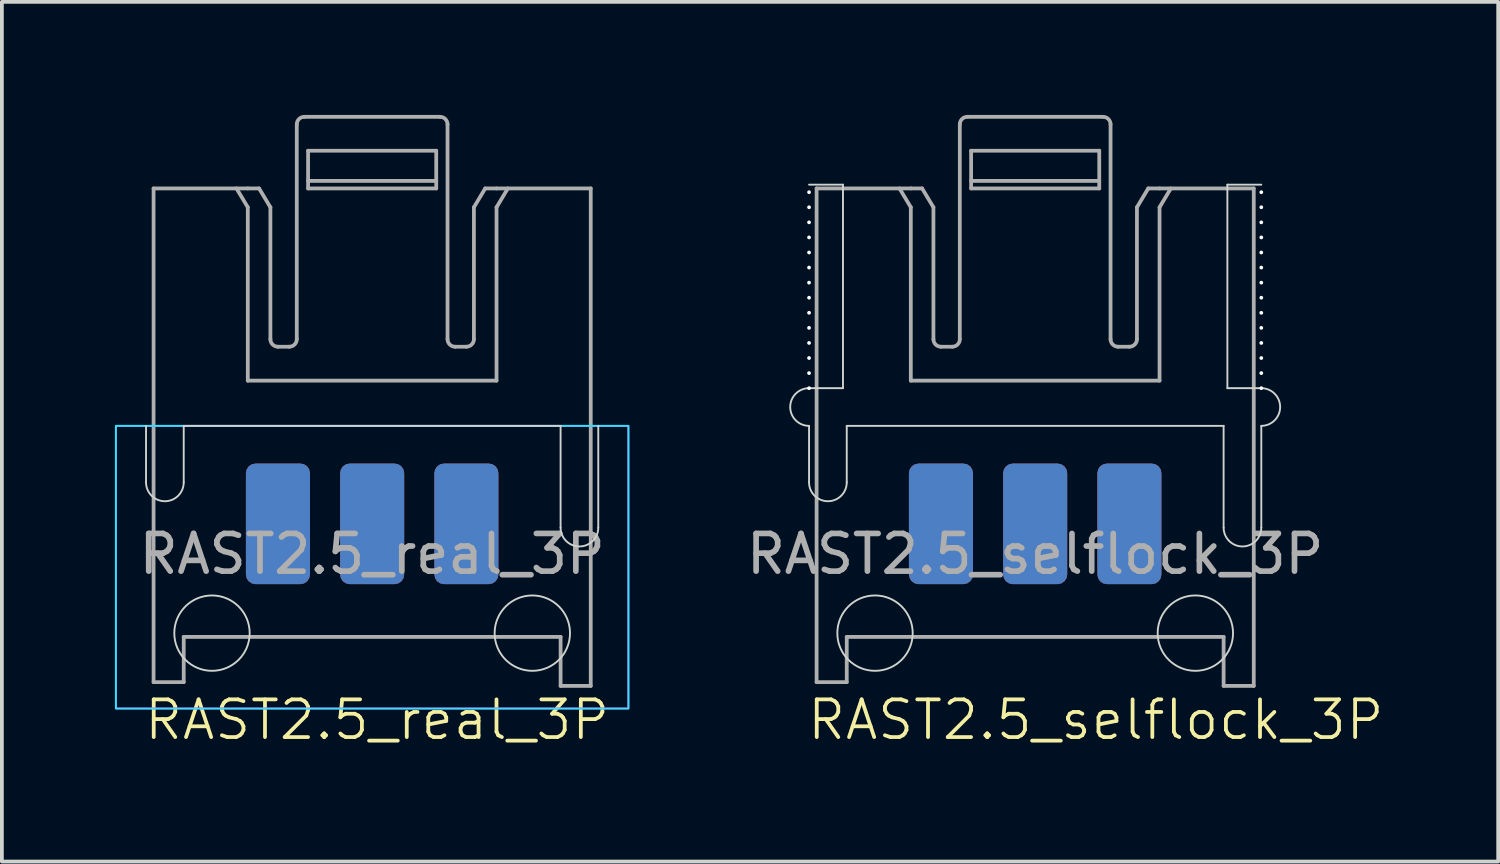
<source format=kicad_pcb>
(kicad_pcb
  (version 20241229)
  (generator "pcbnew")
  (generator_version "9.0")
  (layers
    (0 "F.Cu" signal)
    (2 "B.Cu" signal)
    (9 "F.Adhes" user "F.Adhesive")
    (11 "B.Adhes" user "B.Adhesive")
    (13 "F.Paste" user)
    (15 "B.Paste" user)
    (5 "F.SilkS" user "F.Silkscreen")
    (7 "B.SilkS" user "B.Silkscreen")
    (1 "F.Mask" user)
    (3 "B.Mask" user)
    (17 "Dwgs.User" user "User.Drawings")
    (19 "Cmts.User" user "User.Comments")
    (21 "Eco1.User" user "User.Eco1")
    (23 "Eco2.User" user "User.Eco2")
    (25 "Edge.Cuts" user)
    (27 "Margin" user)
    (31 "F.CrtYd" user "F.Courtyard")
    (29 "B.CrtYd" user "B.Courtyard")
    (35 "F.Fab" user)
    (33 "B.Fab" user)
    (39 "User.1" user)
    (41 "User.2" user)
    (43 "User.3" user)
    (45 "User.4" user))
  (footprint "RAST2.5_selflock_3P"
    (layer "F.Cu")
    (at 24.418 8.25)
    (property "Reference" "RAST2.5_selflock_3P" (at -6.1 7.8 0) (unlocked yes) (layer "F.SilkS") (effects (font (size 1 1) (thickness 0.1)) (justify left)))
    (attr smd)
    (fp_line (start -6 -1) (end -5.1 -1) (stroke (width 0.05) (type default)) (layer "Edge.Cuts"))
    (fp_line (start -6 1.5) (end -6 0) (stroke (width 0.05) (type default)) (layer "Edge.Cuts"))
    (fp_line (start -5.1 -6.4) (end -6 -6.4) (stroke (width 0.05) (type default)) (layer "Edge.Cuts"))
    (fp_line (start -5.1 -1) (end -5.1 -6.4) (stroke (width 0.05) (type default)) (layer "Edge.Cuts"))
    (fp_line (start -5 0) (end -5 1.5) (stroke (width 0.05) (type default)) (layer "Edge.Cuts"))
    (fp_line (start -5 0) (end 5 0) (stroke (width 0.05) (type default)) (layer "Edge.Cuts"))
    (fp_line (start 5 0) (end 5 2.7) (stroke (width 0.05) (type default)) (layer "Edge.Cuts"))
    (fp_line (start 5.1 -6.4) (end 6 -6.4) (stroke (width 0.05) (type default)) (layer "Edge.Cuts"))
    (fp_line (start 5.1 -1) (end 5.1 -6.4) (stroke (width 0.05) (type default)) (layer "Edge.Cuts"))
    (fp_line (start 6 -1) (end 5.1 -1) (stroke (width 0.05) (type default)) (layer "Edge.Cuts"))
    (fp_line (start 6 2.7) (end 6 0) (stroke (width 0.05) (type default)) (layer "Edge.Cuts"))
    (fp_arc (start -6 0) (mid -6.5 -0.5) (end -6 -1) (stroke (width 0.05) (type default)) (layer "Edge.Cuts"))
    (fp_arc (start -5 1.5) (mid -5.5 2) (end -6 1.5) (stroke (width 0.05) (type default)) (layer "Edge.Cuts"))
    (fp_arc (start 6 -1) (mid 6.5 -0.5) (end 6 0) (stroke (width 0.05) (type default)) (layer "Edge.Cuts"))
    (fp_arc (start 6 2.7) (mid 5.5 3.2) (end 5 2.7) (stroke (width 0.05) (type default)) (layer "Edge.Cuts"))
    (fp_circle (center -4.25 5.5) (end -4.25 4.5) (stroke (width 0.05) (type default)) (fill no) (layer "Edge.Cuts"))
    (fp_circle (center 4.25 5.5) (end 4.25 4.5) (stroke (width 0.05) (type default)) (fill no) (layer "Edge.Cuts"))
    (fp_line (start -5.8 -6.3) (end -3.3 -6.3) (stroke (width 0.1) (type default)) (layer "F.Fab"))
    (fp_line (start -5.8 6.8) (end -5.8 -6.3) (stroke (width 0.1) (type default)) (layer "F.Fab"))
    (fp_line (start -5.8 6.8) (end -5 6.8) (stroke (width 0.1) (type default)) (layer "F.Fab"))
    (fp_line (start -5 5.6) (end 5 5.6) (stroke (width 0.1) (type default)) (layer "F.Fab"))
    (fp_line (start -5 6.8) (end -5 5.6) (stroke (width 0.1) (type default)) (layer "F.Fab"))
    (fp_line (start -3.6 -6.3) (end -3.3 -5.8) (stroke (width 0.1) (type default)) (layer "F.Fab"))
    (fp_line (start -3.3 -6.3) (end -3 -6.3) (stroke (width 0.1) (type default)) (layer "F.Fab"))
    (fp_line (start -3.3 -5.8) (end -3.3 -1.2) (stroke (width 0.1) (type default)) (layer "F.Fab"))
    (fp_line (start -3.3 -1.2) (end 3.3 -1.2) (stroke (width 0.1) (type default)) (layer "F.Fab"))
    (fp_line (start -3 -6.3) (end -2.7 -5.8) (stroke (width 0.1) (type default)) (layer "F.Fab"))
    (fp_line (start -2.7 -5.8) (end -2.7 -2.3) (stroke (width 0.1) (type default)) (layer "F.Fab"))
    (fp_line (start -2.5 -2.1) (end -2.2 -2.1) (stroke (width 0.1) (type default)) (layer "F.Fab"))
    (fp_line (start -2 -2.3) (end -2 -8) (stroke (width 0.1) (type default)) (layer "F.Fab"))
    (fp_line (start -1.8 -8.2) (end 1.8 -8.2) (stroke (width 0.1) (type default)) (layer "F.Fab"))
    (fp_line (start -1.7 -7.3) (end -1.7 -6.3) (stroke (width 0.1) (type default)) (layer "F.Fab"))
    (fp_line (start -1.7 -6.5) (end 1.7 -6.5) (stroke (width 0.1) (type default)) (layer "F.Fab"))
    (fp_line (start -1.7 -6.3) (end 1.7 -6.3) (stroke (width 0.1) (type default)) (layer "F.Fab"))
    (fp_line (start 1.7 -7.3) (end -1.7 -7.3) (stroke (width 0.1) (type default)) (layer "F.Fab"))
    (fp_line (start 1.7 -6.3) (end 1.7 -7.3) (stroke (width 0.1) (type default)) (layer "F.Fab"))
    (fp_line (start 2 -8) (end 2 -2.3) (stroke (width 0.1) (type default)) (layer "F.Fab"))
    (fp_line (start 2.5 -2.1) (end 2.2 -2.1) (stroke (width 0.1) (type default)) (layer "F.Fab"))
    (fp_line (start 2.7 -5.8) (end 2.7 -2.3) (stroke (width 0.1) (type default)) (layer "F.Fab"))
    (fp_line (start 3 -6.3) (end 2.7 -5.8) (stroke (width 0.1) (type default)) (layer "F.Fab"))
    (fp_line (start 3.3 -6.3) (end 3 -6.3) (stroke (width 0.1) (type default)) (layer "F.Fab"))
    (fp_line (start 3.3 -5.8) (end 3.3 -1.2) (stroke (width 0.1) (type default)) (layer "F.Fab"))
    (fp_line (start 3.6 -6.3) (end 3.3 -5.8) (stroke (width 0.1) (type default)) (layer "F.Fab"))
    (fp_line (start 5 5.6) (end 5 6.9) (stroke (width 0.1) (type default)) (layer "F.Fab"))
    (fp_line (start 5 6.9) (end 5.8 6.9) (stroke (width 0.1) (type default)) (layer "F.Fab"))
    (fp_line (start 5.8 -6.3) (end 3.3 -6.3) (stroke (width 0.1) (type default)) (layer "F.Fab"))
    (fp_line (start 5.8 6.9) (end 5.8 -6.3) (stroke (width 0.1) (type default)) (layer "F.Fab"))
    (fp_arc (start -2.5 -2.1) (mid -2.641421 -2.158579) (end -2.7 -2.3) (stroke (width 0.1) (type default)) (layer "F.Fab"))
    (fp_arc (start -2 -8) (mid -1.941421 -8.141421) (end -1.8 -8.2) (stroke (width 0.1) (type default)) (layer "F.Fab"))
    (fp_arc (start -2 -2.3) (mid -2.058579 -2.158579) (end -2.2 -2.1) (stroke (width 0.1) (type default)) (layer "F.Fab"))
    (fp_arc (start 1.8 -8.2) (mid 1.941421 -8.141421) (end 2 -8) (stroke (width 0.1) (type default)) (layer "F.Fab"))
    (fp_arc (start 2.2 -2.1) (mid 2.058579 -2.158579) (end 2 -2.3) (stroke (width 0.1) (type default)) (layer "F.Fab"))
    (fp_arc (start 2.7 -2.3) (mid 2.641421 -2.158579) (end 2.5 -2.1) (stroke (width 0.1) (type default)) (layer "F.Fab"))
    (fp_text user "${REFERENCE}" (at 0 3.4 0) (unlocked yes) (layer "F.Fab") (effects (font (size 1 1) (thickness 0.15))))
    (pad "" np_thru_hole circle (at -6 -6.2 90) (size 0.1 0.1) (drill 0.3) (layers "*.Cu" "*.Mask"))
    (pad "" np_thru_hole circle (at -6 -5.8 90) (size 0.1 0.1) (drill 0.3) (layers "*.Cu" "*.Mask"))
    (pad "" np_thru_hole circle (at -6 -5.4 90) (size 0.1 0.1) (drill 0.3) (layers "*.Cu" "*.Mask"))
    (pad "" np_thru_hole circle (at -6 -5 90) (size 0.1 0.1) (drill 0.3) (layers "*.Cu" "*.Mask"))
    (pad "" np_thru_hole circle (at -6 -4.6 90) (size 0.1 0.1) (drill 0.3) (layers "*.Cu" "*.Mask"))
    (pad "" np_thru_hole circle (at -6 -4.2 90) (size 0.1 0.1) (drill 0.3) (layers "*.Cu" "*.Mask"))
    (pad "" np_thru_hole circle (at -6 -3.8 90) (size 0.1 0.1) (drill 0.3) (layers "*.Cu" "*.Mask"))
    (pad "" np_thru_hole circle (at -6 -3.4 90) (size 0.1 0.1) (drill 0.3) (layers "*.Cu" "*.Mask"))
    (pad "" np_thru_hole circle (at -6 -3 90) (size 0.1 0.1) (drill 0.3) (layers "*.Cu" "*.Mask"))
    (pad "" np_thru_hole circle (at -6 -2.6 90) (size 0.1 0.1) (drill 0.3) (layers "*.Cu" "*.Mask"))
    (pad "" np_thru_hole circle (at -6 -2.2 90) (size 0.1 0.1) (drill 0.3) (layers "*.Cu" "*.Mask"))
    (pad "" np_thru_hole circle (at -6 -1.8 90) (size 0.1 0.1) (drill 0.3) (layers "*.Cu" "*.Mask"))
    (pad "" np_thru_hole circle (at -6 -1.4 90) (size 0.1 0.1) (drill 0.3) (layers "*.Cu" "*.Mask"))
    (pad "" np_thru_hole circle (at -6 -1 90) (size 0.1 0.1) (drill 0.3) (layers "*.Cu" "*.Mask"))
    (pad "" np_thru_hole circle (at 6 -6.2 270) (size 0.1 0.1) (drill 0.3) (layers "*.Cu" "*.Mask"))
    (pad "" np_thru_hole circle (at 6 -5.8 270) (size 0.1 0.1) (drill 0.3) (layers "*.Cu" "*.Mask"))
    (pad "" np_thru_hole circle (at 6 -5.4 270) (size 0.1 0.1) (drill 0.3) (layers "*.Cu" "*.Mask"))
    (pad "" np_thru_hole circle (at 6 -5 270) (size 0.1 0.1) (drill 0.3) (layers "*.Cu" "*.Mask"))
    (pad "" np_thru_hole circle (at 6 -4.6 270) (size 0.1 0.1) (drill 0.3) (layers "*.Cu" "*.Mask"))
    (pad "" np_thru_hole circle (at 6 -4.2 270) (size 0.1 0.1) (drill 0.3) (layers "*.Cu" "*.Mask"))
    (pad "" np_thru_hole circle (at 6 -3.8 270) (size 0.1 0.1) (drill 0.3) (layers "*.Cu" "*.Mask"))
    (pad "" np_thru_hole circle (at 6 -3.4 270) (size 0.1 0.1) (drill 0.3) (layers "*.Cu" "*.Mask"))
    (pad "" np_thru_hole circle (at 6 -3 270) (size 0.1 0.1) (drill 0.3) (layers "*.Cu" "*.Mask"))
    (pad "" np_thru_hole circle (at 6 -2.6 270) (size 0.1 0.1) (drill 0.3) (layers "*.Cu" "*.Mask"))
    (pad "" np_thru_hole circle (at 6 -2.2 270) (size 0.1 0.1) (drill 0.3) (layers "*.Cu" "*.Mask"))
    (pad "" np_thru_hole circle (at 6 -1.8 270) (size 0.1 0.1) (drill 0.3) (layers "*.Cu" "*.Mask"))
    (pad "" np_thru_hole circle (at 6 -1.4 270) (size 0.1 0.1) (drill 0.3) (layers "*.Cu" "*.Mask"))
    (pad "" np_thru_hole circle (at 6 -1 270) (size 0.1 0.1) (drill 0.3) (layers "*.Cu" "*.Mask"))
    (pad "1" smd roundrect (at 2.5 2.6) (size 1.7 3.2) (layers "F.Cu" "F.Mask" "F.Paste") (roundrect_rratio 0.15))
    (pad "1" smd roundrect (at 2.5 2.6) (size 1.7 3.2) (layers "B.Cu" "B.Mask" "B.Paste") (roundrect_rratio 0.15))
    (pad "2" smd roundrect (at 0 2.6) (size 1.7 3.2) (layers "F.Cu" "F.Mask" "F.Paste") (roundrect_rratio 0.15))
    (pad "2" smd roundrect (at 0 2.6) (size 1.7 3.2) (layers "B.Cu" "B.Mask" "B.Paste") (roundrect_rratio 0.15))
    (pad "3" smd roundrect (at -2.5 2.6) (size 1.7 3.2) (layers "F.Cu" "F.Mask" "F.Paste") (roundrect_rratio 0.15))
    (pad "3" smd roundrect (at -2.5 2.6) (size 1.7 3.2) (layers "B.Cu" "B.Mask" "B.Paste") (roundrect_rratio 0.15)))
  (footprint "RAST2.5_real_3P"
    (layer "F.Cu")
    (at 6.825 8.25)
    (property "Reference" "RAST2.5_real_3P" (at -6.1 7.8 0) (unlocked yes) (layer "F.SilkS") (effects (font (size 1 1) (thickness 0.1)) (justify left)))
    (attr smd)
    (fp_line (start -6 1.5) (end -6 0) (stroke (width 0.05) (type default)) (layer "Edge.Cuts"))
    (fp_line (start -5 0) (end -5 1.5) (stroke (width 0.05) (type default)) (layer "Edge.Cuts"))
    (fp_line (start -5 0) (end 5 0) (stroke (width 0.05) (type default)) (layer "Edge.Cuts"))
    (fp_line (start 5 0) (end 5 2.7) (stroke (width 0.05) (type default)) (layer "Edge.Cuts"))
    (fp_line (start 6 2.7) (end 6 0) (stroke (width 0.05) (type default)) (layer "Edge.Cuts"))
    (fp_arc (start -5 1.5) (mid -5.5 2) (end -6 1.5) (stroke (width 0.05) (type default)) (layer "Edge.Cuts"))
    (fp_arc (start 6 2.7) (mid 5.5 3.2) (end 5 2.7) (stroke (width 0.05) (type default)) (layer "Edge.Cuts"))
    (fp_circle (center -4.25 5.5) (end -4.25 4.5) (stroke (width 0.05) (type default)) (fill no) (layer "Edge.Cuts"))
    (fp_circle (center 4.25 5.5) (end 4.25 4.5) (stroke (width 0.05) (type default)) (fill no) (layer "Edge.Cuts"))
    (fp_rect (start -6.8 0) (end 6.8 7.5) (stroke (width 0.05) (type default)) (fill no) (layer "B.CrtYd"))
    (fp_rect (start -6.8 0) (end 6.8 7.5) (stroke (width 0.05) (type default)) (fill no) (layer "F.CrtYd"))
    (fp_line (start -5.8 -6.3) (end -3.3 -6.3) (stroke (width 0.1) (type default)) (layer "F.Fab"))
    (fp_line (start -5.8 6.8) (end -5.8 -6.3) (stroke (width 0.1) (type default)) (layer "F.Fab"))
    (fp_line (start -5.8 6.8) (end -5 6.8) (stroke (width 0.1) (type default)) (layer "F.Fab"))
    (fp_line (start -5 5.6) (end 5 5.6) (stroke (width 0.1) (type default)) (layer "F.Fab"))
    (fp_line (start -5 6.8) (end -5 5.6) (stroke (width 0.1) (type default)) (layer "F.Fab"))
    (fp_line (start -3.6 -6.3) (end -3.3 -5.8) (stroke (width 0.1) (type default)) (layer "F.Fab"))
    (fp_line (start -3.3 -6.3) (end -3 -6.3) (stroke (width 0.1) (type default)) (layer "F.Fab"))
    (fp_line (start -3.3 -5.8) (end -3.3 -1.2) (stroke (width 0.1) (type default)) (layer "F.Fab"))
    (fp_line (start -3.3 -1.2) (end 3.3 -1.2) (stroke (width 0.1) (type default)) (layer "F.Fab"))
    (fp_line (start -3 -6.3) (end -2.7 -5.8) (stroke (width 0.1) (type default)) (layer "F.Fab"))
    (fp_line (start -2.7 -5.8) (end -2.7 -2.3) (stroke (width 0.1) (type default)) (layer "F.Fab"))
    (fp_line (start -2.5 -2.1) (end -2.2 -2.1) (stroke (width 0.1) (type default)) (layer "F.Fab"))
    (fp_line (start -2 -2.3) (end -2 -8) (stroke (width 0.1) (type default)) (layer "F.Fab"))
    (fp_line (start -1.8 -8.2) (end 1.8 -8.2) (stroke (width 0.1) (type default)) (layer "F.Fab"))
    (fp_line (start -1.7 -7.3) (end -1.7 -6.3) (stroke (width 0.1) (type default)) (layer "F.Fab"))
    (fp_line (start -1.7 -6.5) (end 1.7 -6.5) (stroke (width 0.1) (type default)) (layer "F.Fab"))
    (fp_line (start -1.7 -6.3) (end 1.7 -6.3) (stroke (width 0.1) (type default)) (layer "F.Fab"))
    (fp_line (start 1.7 -7.3) (end -1.7 -7.3) (stroke (width 0.1) (type default)) (layer "F.Fab"))
    (fp_line (start 1.7 -6.3) (end 1.7 -7.3) (stroke (width 0.1) (type default)) (layer "F.Fab"))
    (fp_line (start 2 -8) (end 2 -2.3) (stroke (width 0.1) (type default)) (layer "F.Fab"))
    (fp_line (start 2.5 -2.1) (end 2.2 -2.1) (stroke (width 0.1) (type default)) (layer "F.Fab"))
    (fp_line (start 2.7 -5.8) (end 2.7 -2.3) (stroke (width 0.1) (type default)) (layer "F.Fab"))
    (fp_line (start 3 -6.3) (end 2.7 -5.8) (stroke (width 0.1) (type default)) (layer "F.Fab"))
    (fp_line (start 3.3 -6.3) (end 3 -6.3) (stroke (width 0.1) (type default)) (layer "F.Fab"))
    (fp_line (start 3.3 -5.8) (end 3.3 -1.2) (stroke (width 0.1) (type default)) (layer "F.Fab"))
    (fp_line (start 3.6 -6.3) (end 3.3 -5.8) (stroke (width 0.1) (type default)) (layer "F.Fab"))
    (fp_line (start 5 5.6) (end 5 6.9) (stroke (width 0.1) (type default)) (layer "F.Fab"))
    (fp_line (start 5 6.9) (end 5.8 6.9) (stroke (width 0.1) (type default)) (layer "F.Fab"))
    (fp_line (start 5.8 -6.3) (end 3.3 -6.3) (stroke (width 0.1) (type default)) (layer "F.Fab"))
    (fp_line (start 5.8 6.9) (end 5.8 -6.3) (stroke (width 0.1) (type default)) (layer "F.Fab"))
    (fp_arc (start -2.5 -2.1) (mid -2.641421 -2.158579) (end -2.7 -2.3) (stroke (width 0.1) (type default)) (layer "F.Fab"))
    (fp_arc (start -2 -8) (mid -1.941421 -8.141421) (end -1.8 -8.2) (stroke (width 0.1) (type default)) (layer "F.Fab"))
    (fp_arc (start -2 -2.3) (mid -2.058579 -2.158579) (end -2.2 -2.1) (stroke (width 0.1) (type default)) (layer "F.Fab"))
    (fp_arc (start 1.8 -8.2) (mid 1.941421 -8.141421) (end 2 -8) (stroke (width 0.1) (type default)) (layer "F.Fab"))
    (fp_arc (start 2.2 -2.1) (mid 2.058579 -2.158579) (end 2 -2.3) (stroke (width 0.1) (type default)) (layer "F.Fab"))
    (fp_arc (start 2.7 -2.3) (mid 2.641421 -2.158579) (end 2.5 -2.1) (stroke (width 0.1) (type default)) (layer "F.Fab"))
    (fp_text user "${REFERENCE}" (at 0 3.4 0) (unlocked yes) (layer "F.Fab") (effects (font (size 1 1) (thickness 0.15))))
    (pad "1" smd roundrect (at 2.5 2.6) (size 1.7 3.2) (layers "F.Cu" "F.Mask" "F.Paste") (roundrect_rratio 0.15))
    (pad "1" smd roundrect (at 2.5 2.6) (size 1.7 3.2) (layers "B.Cu" "B.Mask" "B.Paste") (roundrect_rratio 0.15))
    (pad "2" smd roundrect (at 0 2.6) (size 1.7 3.2) (layers "F.Cu" "F.Mask" "F.Paste") (roundrect_rratio 0.15))
    (pad "2" smd roundrect (at 0 2.6) (size 1.7 3.2) (layers "B.Cu" "B.Mask" "B.Paste") (roundrect_rratio 0.15))
    (pad "3" smd roundrect (at -2.5 2.6) (size 1.7 3.2) (layers "F.Cu" "F.Mask" "F.Paste") (roundrect_rratio 0.15))
    (pad "3" smd roundrect (at -2.5 2.6) (size 1.7 3.2) (layers "B.Cu" "B.Mask" "B.Paste") (roundrect_rratio 0.15)))
  (gr_rect
    (start -3 -3)
    (end 36.704 19.811)
    (stroke (width 0.1) (type default))
    (fill no)
    (layer "Edge.Cuts")))
</source>
